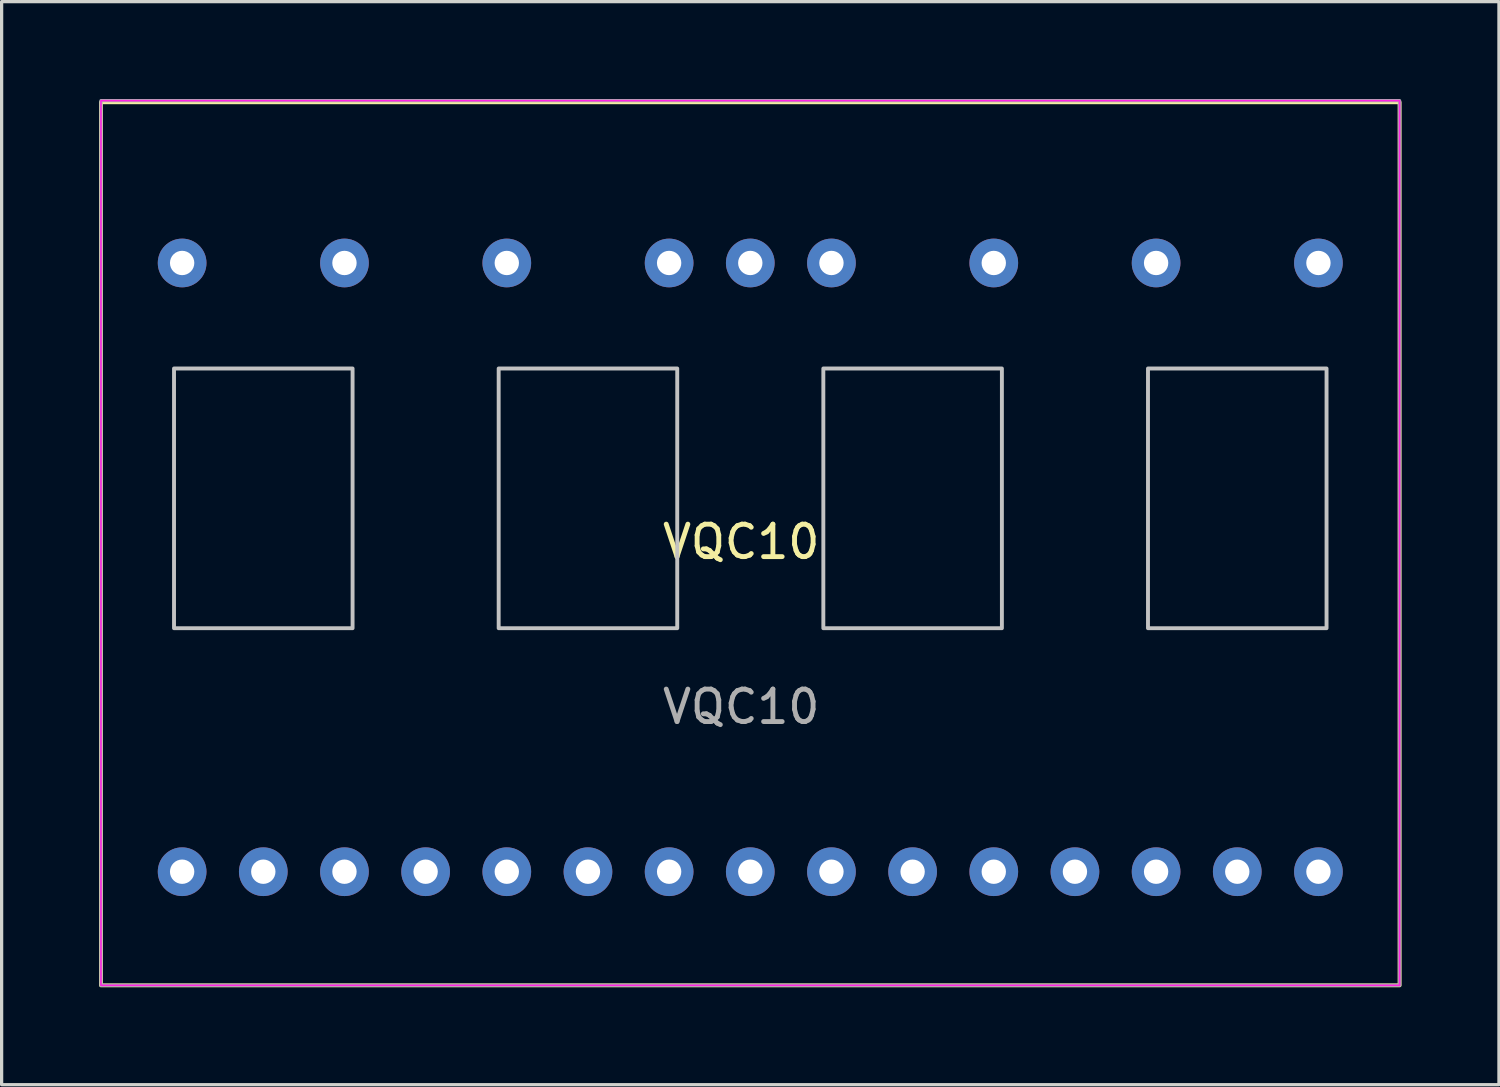
<source format=kicad_pcb>
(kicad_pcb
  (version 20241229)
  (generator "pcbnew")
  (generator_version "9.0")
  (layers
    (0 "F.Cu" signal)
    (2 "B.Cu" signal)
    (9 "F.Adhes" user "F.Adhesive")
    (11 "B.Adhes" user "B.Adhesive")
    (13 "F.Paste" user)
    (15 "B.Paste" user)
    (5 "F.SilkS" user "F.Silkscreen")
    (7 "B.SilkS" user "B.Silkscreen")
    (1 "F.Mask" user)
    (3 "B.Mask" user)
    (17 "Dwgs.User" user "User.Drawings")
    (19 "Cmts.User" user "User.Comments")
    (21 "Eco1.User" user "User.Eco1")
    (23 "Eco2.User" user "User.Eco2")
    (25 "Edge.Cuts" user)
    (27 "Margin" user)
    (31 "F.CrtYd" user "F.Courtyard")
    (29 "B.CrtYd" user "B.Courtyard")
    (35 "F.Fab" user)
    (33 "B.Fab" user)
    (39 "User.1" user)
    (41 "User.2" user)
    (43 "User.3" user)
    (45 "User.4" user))
  (footprint "VQC10"
    (layer "F.Cu")
    (at 37.56 23.8)
    (property "Reference" "VQC10" (at -17.78 -10.16 0) (layer "F.SilkS") (effects (font (size 1 1) (thickness 0.15))))
    (attr through_hole)
    (fp_rect (start -37.5 -23.7) (end 2.5 3.5) (stroke (width 0.12) (type default)) (fill no) (layer "F.SilkS"))
    (fp_rect (start -35.25 -15.5) (end -29.75 -7.5) (stroke (width 0.12) (type default)) (fill no) (layer "Dwgs.User"))
    (fp_rect (start -25.25 -15.5) (end -19.75 -7.5) (stroke (width 0.12) (type default)) (fill no) (layer "Dwgs.User"))
    (fp_rect (start -15.25 -15.5) (end -9.75 -7.5) (stroke (width 0.12) (type default)) (fill no) (layer "Dwgs.User"))
    (fp_rect (start -5.25 -15.5) (end 0.25 -7.5) (stroke (width 0.12) (type default)) (fill no) (layer "Dwgs.User"))
    (fp_rect (start -37.5 -23.75) (end 2.5 3.5) (stroke (width 0.05) (type default)) (fill no) (layer "F.CrtYd"))
    (fp_rect (start -37.5 -23.75) (end 2.5 3.5) (stroke (width 0.1) (type default)) (fill no) (layer "F.Fab"))
    (fp_text user "${REFERENCE}" (at -17.78 -5.08 0) (layer "F.Fab") (effects (font (size 1 1) (thickness 0.15))))
    (pad "1" thru_hole circle (at 0 0 180) (size 1.5 1.5) (drill 0.75) (layers "*.Cu" "*.Mask"))
    (pad "2" thru_hole circle (at -2.5 0 180) (size 1.5 1.5) (drill 0.75) (layers "*.Cu" "*.Mask"))
    (pad "3" thru_hole circle (at -5 0 180) (size 1.5 1.5) (drill 0.75) (layers "*.Cu" "*.Mask"))
    (pad "4" thru_hole circle (at -7.5 0 180) (size 1.5 1.5) (drill 0.75) (layers "*.Cu" "*.Mask"))
    (pad "5" thru_hole circle (at -10 0 180) (size 1.5 1.5) (drill 0.75) (layers "*.Cu" "*.Mask"))
    (pad "6" thru_hole circle (at -12.5 0 180) (size 1.5 1.5) (drill 0.75) (layers "*.Cu" "*.Mask"))
    (pad "7" thru_hole circle (at -15 0 180) (size 1.5 1.5) (drill 0.75) (layers "*.Cu" "*.Mask"))
    (pad "8" thru_hole circle (at -17.5 0 180) (size 1.5 1.5) (drill 0.75) (layers "*.Cu" "*.Mask"))
    (pad "9" thru_hole circle (at -20 0 180) (size 1.5 1.5) (drill 0.75) (layers "*.Cu" "*.Mask"))
    (pad "10" thru_hole circle (at -22.5 0 180) (size 1.5 1.5) (drill 0.75) (layers "*.Cu" "*.Mask"))
    (pad "11" thru_hole circle (at -25 0 180) (size 1.5 1.5) (drill 0.75) (layers "*.Cu" "*.Mask"))
    (pad "12" thru_hole circle (at -27.5 0 180) (size 1.5 1.5) (drill 0.75) (layers "*.Cu" "*.Mask"))
    (pad "13" thru_hole circle (at -30 0 180) (size 1.5 1.5) (drill 0.75) (layers "*.Cu" "*.Mask"))
    (pad "14" thru_hole circle (at -32.5 0 180) (size 1.5 1.5) (drill 0.75) (layers "*.Cu" "*.Mask"))
    (pad "15" thru_hole circle (at -35 0 180) (size 1.5 1.5) (drill 0.75) (layers "*.Cu" "*.Mask"))
    (pad "16" thru_hole circle (at -35 -18.75 180) (size 1.5 1.5) (drill 0.75) (layers "*.Cu" "*.Mask"))
    (pad "17" thru_hole circle (at -30 -18.75 180) (size 1.5 1.5) (drill 0.75) (layers "*.Cu" "*.Mask"))
    (pad "18" thru_hole circle (at -25 -18.75 180) (size 1.5 1.5) (drill 0.75) (layers "*.Cu" "*.Mask"))
    (pad "19" thru_hole circle (at -20 -18.75 180) (size 1.5 1.5) (drill 0.75) (layers "*.Cu" "*.Mask"))
    (pad "20" thru_hole circle (at -17.5 -18.75 180) (size 1.5 1.5) (drill 0.75) (layers "*.Cu" "*.Mask"))
    (pad "21" thru_hole circle (at -15 -18.75 180) (size 1.5 1.5) (drill 0.75) (layers "*.Cu" "*.Mask"))
    (pad "22" thru_hole circle (at -10 -18.75 180) (size 1.5 1.5) (drill 0.75) (layers "*.Cu" "*.Mask"))
    (pad "23" thru_hole circle (at -5 -18.75 180) (size 1.5 1.5) (drill 0.75) (layers "*.Cu" "*.Mask"))
    (pad "24" thru_hole circle (at 0 -18.75 180) (size 1.5 1.5) (drill 0.75) (layers "*.Cu" "*.Mask")))
  (gr_rect
    (start -3 -3)
    (end 43.12 30.36)
    (stroke (width 0.1) (type default))
    (fill no)
    (layer "Edge.Cuts")))
</source>
